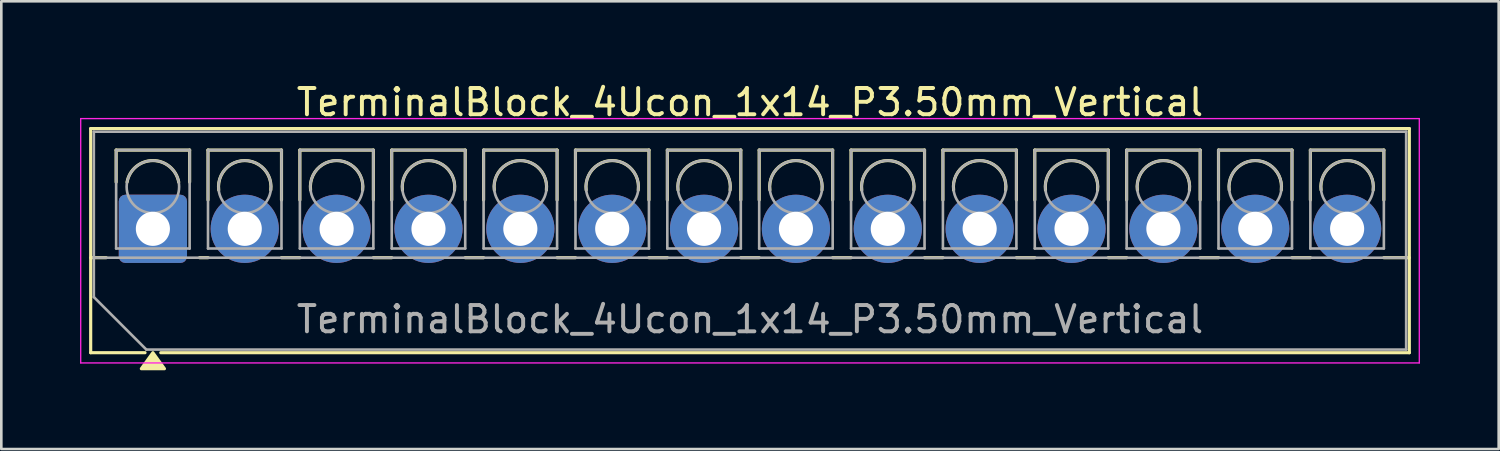
<source format=kicad_pcb>
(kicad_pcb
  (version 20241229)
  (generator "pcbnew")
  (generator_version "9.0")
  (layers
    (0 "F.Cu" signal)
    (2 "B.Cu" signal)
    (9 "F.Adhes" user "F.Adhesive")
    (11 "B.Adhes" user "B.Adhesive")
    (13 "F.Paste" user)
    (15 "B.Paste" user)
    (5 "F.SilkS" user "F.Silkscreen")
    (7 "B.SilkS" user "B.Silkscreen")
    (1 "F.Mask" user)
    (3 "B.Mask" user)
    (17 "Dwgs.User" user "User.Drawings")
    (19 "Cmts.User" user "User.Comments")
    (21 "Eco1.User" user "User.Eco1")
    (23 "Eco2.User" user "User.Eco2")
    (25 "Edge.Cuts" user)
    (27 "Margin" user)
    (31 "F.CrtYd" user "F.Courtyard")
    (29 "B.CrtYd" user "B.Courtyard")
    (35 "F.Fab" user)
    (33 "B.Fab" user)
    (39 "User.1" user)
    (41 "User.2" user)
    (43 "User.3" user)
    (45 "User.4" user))
  (footprint "TerminalBlock_4Ucon_1x14_P3.50mm_Vertical"
    (layer "F.Cu")
    (at 2.775 5.668)
    (property "Reference" "TerminalBlock_4Ucon_1x14_P3.50mm_Vertical" (at 22.75 -4.82 0) (layer "F.SilkS") (effects (font (size 1 1) (thickness 0.15))))
    (attr through_hole)
    (fp_line (start -2.37 -3.82) (end -2.37 4.72) (stroke (width 0.12) (type solid)) (layer "F.SilkS"))
    (fp_line (start -2.37 -3.82) (end 47.87 -3.82) (stroke (width 0.12) (type solid)) (layer "F.SilkS"))
    (fp_line (start -2.37 1.1) (end -1.78 1.1) (stroke (width 0.12) (type solid)) (layer "F.SilkS"))
    (fp_line (start -2.37 4.72) (end -0.3 4.72) (stroke (width 0.12) (type solid)) (layer "F.SilkS"))
    (fp_line (start -1.4 -3) (end -1.4 -1.78) (stroke (width 0.12) (type solid)) (layer "F.SilkS"))
    (fp_line (start -1.4 -3) (end 1.4 -3) (stroke (width 0.12) (type solid)) (layer "F.SilkS"))
    (fp_line (start 0.3 4.72) (end 47.87 4.72) (stroke (width 0.12) (type solid)) (layer "F.SilkS"))
    (fp_line (start 1.4 -3) (end 1.4 -1.78) (stroke (width 0.12) (type solid)) (layer "F.SilkS"))
    (fp_line (start 1.78 1.1) (end 2.101 1.1) (stroke (width 0.12) (type solid)) (layer "F.SilkS"))
    (fp_line (start 2.1 -3) (end 2.1 -1.099) (stroke (width 0.12) (type solid)) (layer "F.SilkS"))
    (fp_line (start 2.1 -3) (end 4.9 -3) (stroke (width 0.12) (type solid)) (layer "F.SilkS"))
    (fp_line (start 4.899 1.1) (end 5.601 1.1) (stroke (width 0.12) (type solid)) (layer "F.SilkS"))
    (fp_line (start 4.9 -3) (end 4.9 -1.099) (stroke (width 0.12) (type solid)) (layer "F.SilkS"))
    (fp_line (start 5.6 -3) (end 5.6 -1.099) (stroke (width 0.12) (type solid)) (layer "F.SilkS"))
    (fp_line (start 5.6 -3) (end 8.4 -3) (stroke (width 0.12) (type solid)) (layer "F.SilkS"))
    (fp_line (start 8.399 1.1) (end 9.101 1.1) (stroke (width 0.12) (type solid)) (layer "F.SilkS"))
    (fp_line (start 8.4 -3) (end 8.4 -1.099) (stroke (width 0.12) (type solid)) (layer "F.SilkS"))
    (fp_line (start 9.1 -3) (end 9.1 -1.099) (stroke (width 0.12) (type solid)) (layer "F.SilkS"))
    (fp_line (start 9.1 -3) (end 11.9 -3) (stroke (width 0.12) (type solid)) (layer "F.SilkS"))
    (fp_line (start 11.899 1.1) (end 12.601 1.1) (stroke (width 0.12) (type solid)) (layer "F.SilkS"))
    (fp_line (start 11.9 -3) (end 11.9 -1.099) (stroke (width 0.12) (type solid)) (layer "F.SilkS"))
    (fp_line (start 12.6 -3) (end 12.6 -1.099) (stroke (width 0.12) (type solid)) (layer "F.SilkS"))
    (fp_line (start 12.6 -3) (end 15.4 -3) (stroke (width 0.12) (type solid)) (layer "F.SilkS"))
    (fp_line (start 15.399 1.1) (end 16.101 1.1) (stroke (width 0.12) (type solid)) (layer "F.SilkS"))
    (fp_line (start 15.4 -3) (end 15.4 -1.099) (stroke (width 0.12) (type solid)) (layer "F.SilkS"))
    (fp_line (start 16.1 -3) (end 16.1 -1.099) (stroke (width 0.12) (type solid)) (layer "F.SilkS"))
    (fp_line (start 16.1 -3) (end 18.9 -3) (stroke (width 0.12) (type solid)) (layer "F.SilkS"))
    (fp_line (start 18.899 1.1) (end 19.601 1.1) (stroke (width 0.12) (type solid)) (layer "F.SilkS"))
    (fp_line (start 18.9 -3) (end 18.9 -1.099) (stroke (width 0.12) (type solid)) (layer "F.SilkS"))
    (fp_line (start 19.6 -3) (end 19.6 -1.099) (stroke (width 0.12) (type solid)) (layer "F.SilkS"))
    (fp_line (start 19.6 -3) (end 22.4 -3) (stroke (width 0.12) (type solid)) (layer "F.SilkS"))
    (fp_line (start 22.399 1.1) (end 23.101 1.1) (stroke (width 0.12) (type solid)) (layer "F.SilkS"))
    (fp_line (start 22.4 -3) (end 22.4 -1.099) (stroke (width 0.12) (type solid)) (layer "F.SilkS"))
    (fp_line (start 23.1 -3) (end 23.1 -1.099) (stroke (width 0.12) (type solid)) (layer "F.SilkS"))
    (fp_line (start 23.1 -3) (end 25.9 -3) (stroke (width 0.12) (type solid)) (layer "F.SilkS"))
    (fp_line (start 25.899 1.1) (end 26.601 1.1) (stroke (width 0.12) (type solid)) (layer "F.SilkS"))
    (fp_line (start 25.9 -3) (end 25.9 -1.099) (stroke (width 0.12) (type solid)) (layer "F.SilkS"))
    (fp_line (start 26.6 -3) (end 26.6 -1.099) (stroke (width 0.12) (type solid)) (layer "F.SilkS"))
    (fp_line (start 26.6 -3) (end 29.4 -3) (stroke (width 0.12) (type solid)) (layer "F.SilkS"))
    (fp_line (start 29.399 1.1) (end 30.101 1.1) (stroke (width 0.12) (type solid)) (layer "F.SilkS"))
    (fp_line (start 29.4 -3) (end 29.4 -1.099) (stroke (width 0.12) (type solid)) (layer "F.SilkS"))
    (fp_line (start 30.1 -3) (end 30.1 -1.099) (stroke (width 0.12) (type solid)) (layer "F.SilkS"))
    (fp_line (start 30.1 -3) (end 32.9 -3) (stroke (width 0.12) (type solid)) (layer "F.SilkS"))
    (fp_line (start 32.899 1.1) (end 33.601 1.1) (stroke (width 0.12) (type solid)) (layer "F.SilkS"))
    (fp_line (start 32.9 -3) (end 32.9 -1.099) (stroke (width 0.12) (type solid)) (layer "F.SilkS"))
    (fp_line (start 33.6 -3) (end 33.6 -1.099) (stroke (width 0.12) (type solid)) (layer "F.SilkS"))
    (fp_line (start 33.6 -3) (end 36.4 -3) (stroke (width 0.12) (type solid)) (layer "F.SilkS"))
    (fp_line (start 36.399 1.1) (end 37.101 1.1) (stroke (width 0.12) (type solid)) (layer "F.SilkS"))
    (fp_line (start 36.4 -3) (end 36.4 -1.099) (stroke (width 0.12) (type solid)) (layer "F.SilkS"))
    (fp_line (start 37.1 -3) (end 37.1 -1.099) (stroke (width 0.12) (type solid)) (layer "F.SilkS"))
    (fp_line (start 37.1 -3) (end 39.9 -3) (stroke (width 0.12) (type solid)) (layer "F.SilkS"))
    (fp_line (start 39.899 1.1) (end 40.601 1.1) (stroke (width 0.12) (type solid)) (layer "F.SilkS"))
    (fp_line (start 39.9 -3) (end 39.9 -1.099) (stroke (width 0.12) (type solid)) (layer "F.SilkS"))
    (fp_line (start 40.6 -3) (end 40.6 -1.099) (stroke (width 0.12) (type solid)) (layer "F.SilkS"))
    (fp_line (start 40.6 -3) (end 43.4 -3) (stroke (width 0.12) (type solid)) (layer "F.SilkS"))
    (fp_line (start 43.399 1.1) (end 44.101 1.1) (stroke (width 0.12) (type solid)) (layer "F.SilkS"))
    (fp_line (start 43.4 -3) (end 43.4 -1.099) (stroke (width 0.12) (type solid)) (layer "F.SilkS"))
    (fp_line (start 44.1 -3) (end 44.1 -1.099) (stroke (width 0.12) (type solid)) (layer "F.SilkS"))
    (fp_line (start 44.1 -3) (end 46.9 -3) (stroke (width 0.12) (type solid)) (layer "F.SilkS"))
    (fp_line (start 46.899 1.1) (end 47.87 1.1) (stroke (width 0.12) (type solid)) (layer "F.SilkS"))
    (fp_line (start 46.9 -3) (end 46.9 -1.099) (stroke (width 0.12) (type solid)) (layer "F.SilkS"))
    (fp_line (start 47.87 -3.82) (end 47.87 4.72) (stroke (width 0.12) (type solid)) (layer "F.SilkS"))
    (fp_arc (start -0.984 -1.78) (mid -0.00006 -2.600328) (end 0.983978 -1.780118) (stroke (width 0.12) (type solid)) (layer "F.SilkS"))
    (fp_arc (start 2.508 -1.478) (mid 3.500313 -2.599474) (end 4.491923 -1.477379) (stroke (width 0.12) (type solid)) (layer "F.SilkS"))
    (fp_arc (start 6.008 -1.478) (mid 7.000313 -2.599474) (end 7.991923 -1.477379) (stroke (width 0.12) (type solid)) (layer "F.SilkS"))
    (fp_arc (start 9.508 -1.478) (mid 10.500313 -2.599474) (end 11.491923 -1.477379) (stroke (width 0.12) (type solid)) (layer "F.SilkS"))
    (fp_arc (start 13.008 -1.478) (mid 14.000313 -2.599474) (end 14.991923 -1.477379) (stroke (width 0.12) (type solid)) (layer "F.SilkS"))
    (fp_arc (start 16.508 -1.478) (mid 17.500313 -2.599474) (end 18.491923 -1.477379) (stroke (width 0.12) (type solid)) (layer "F.SilkS"))
    (fp_arc (start 20.008 -1.478) (mid 21.000313 -2.599474) (end 21.991923 -1.477379) (stroke (width 0.12) (type solid)) (layer "F.SilkS"))
    (fp_arc (start 23.508 -1.478) (mid 24.500313 -2.599474) (end 25.491923 -1.477379) (stroke (width 0.12) (type solid)) (layer "F.SilkS"))
    (fp_arc (start 27.008 -1.478) (mid 28.000313 -2.599474) (end 28.991923 -1.477379) (stroke (width 0.12) (type solid)) (layer "F.SilkS"))
    (fp_arc (start 30.508 -1.478) (mid 31.500313 -2.599474) (end 32.491923 -1.477379) (stroke (width 0.12) (type solid)) (layer "F.SilkS"))
    (fp_arc (start 34.008 -1.478) (mid 35.000313 -2.599474) (end 35.991923 -1.477379) (stroke (width 0.12) (type solid)) (layer "F.SilkS"))
    (fp_arc (start 37.508 -1.478) (mid 38.500313 -2.599474) (end 39.491923 -1.477379) (stroke (width 0.12) (type solid)) (layer "F.SilkS"))
    (fp_arc (start 41.008 -1.478) (mid 42.000313 -2.599474) (end 42.991923 -1.477379) (stroke (width 0.12) (type solid)) (layer "F.SilkS"))
    (fp_arc (start 44.508 -1.478) (mid 45.500313 -2.599474) (end 46.491923 -1.477379) (stroke (width 0.12) (type solid)) (layer "F.SilkS"))
    (fp_poly (pts (xy 0 4.72) (xy 0.44 5.33) (xy -0.44 5.33)) (stroke (width 0.12) (type solid)) (fill yes) (layer "F.SilkS"))
    (fp_line (start -2.75 -4.2) (end -2.75 5.11) (stroke (width 0.05) (type solid)) (layer "F.CrtYd"))
    (fp_line (start -2.75 5.11) (end 48.25 5.11) (stroke (width 0.05) (type solid)) (layer "F.CrtYd"))
    (fp_line (start 48.25 -4.2) (end -2.75 -4.2) (stroke (width 0.05) (type solid)) (layer "F.CrtYd"))
    (fp_line (start 48.25 5.11) (end 48.25 -4.2) (stroke (width 0.05) (type solid)) (layer "F.CrtYd"))
    (fp_line (start -2.25 -3.7) (end 47.75 -3.7) (stroke (width 0.1) (type solid)) (layer "F.Fab"))
    (fp_line (start -2.25 1.1) (end 47.75 1.1) (stroke (width 0.1) (type solid)) (layer "F.Fab"))
    (fp_line (start -2.25 2.6) (end -2.25 -3.7) (stroke (width 0.1) (type solid)) (layer "F.Fab"))
    (fp_line (start -1.4 -3) (end -1.4 0.75) (stroke (width 0.1) (type solid)) (layer "F.Fab"))
    (fp_line (start -1.4 0.75) (end 1.4 0.75) (stroke (width 0.1) (type solid)) (layer "F.Fab"))
    (fp_line (start -0.25 4.6) (end -2.25 2.6) (stroke (width 0.1) (type solid)) (layer "F.Fab"))
    (fp_line (start 1.4 -3) (end -1.4 -3) (stroke (width 0.1) (type solid)) (layer "F.Fab"))
    (fp_line (start 1.4 0.75) (end 1.4 -3) (stroke (width 0.1) (type solid)) (layer "F.Fab"))
    (fp_line (start 2.1 -3) (end 2.1 0.75) (stroke (width 0.1) (type solid)) (layer "F.Fab"))
    (fp_line (start 2.1 0.75) (end 4.9 0.75) (stroke (width 0.1) (type solid)) (layer "F.Fab"))
    (fp_line (start 4.9 -3) (end 2.1 -3) (stroke (width 0.1) (type solid)) (layer "F.Fab"))
    (fp_line (start 4.9 0.75) (end 4.9 -3) (stroke (width 0.1) (type solid)) (layer "F.Fab"))
    (fp_line (start 5.6 -3) (end 5.6 0.75) (stroke (width 0.1) (type solid)) (layer "F.Fab"))
    (fp_line (start 5.6 0.75) (end 8.4 0.75) (stroke (width 0.1) (type solid)) (layer "F.Fab"))
    (fp_line (start 8.4 -3) (end 5.6 -3) (stroke (width 0.1) (type solid)) (layer "F.Fab"))
    (fp_line (start 8.4 0.75) (end 8.4 -3) (stroke (width 0.1) (type solid)) (layer "F.Fab"))
    (fp_line (start 9.1 -3) (end 9.1 0.75) (stroke (width 0.1) (type solid)) (layer "F.Fab"))
    (fp_line (start 9.1 0.75) (end 11.9 0.75) (stroke (width 0.1) (type solid)) (layer "F.Fab"))
    (fp_line (start 11.9 -3) (end 9.1 -3) (stroke (width 0.1) (type solid)) (layer "F.Fab"))
    (fp_line (start 11.9 0.75) (end 11.9 -3) (stroke (width 0.1) (type solid)) (layer "F.Fab"))
    (fp_line (start 12.6 -3) (end 12.6 0.75) (stroke (width 0.1) (type solid)) (layer "F.Fab"))
    (fp_line (start 12.6 0.75) (end 15.4 0.75) (stroke (width 0.1) (type solid)) (layer "F.Fab"))
    (fp_line (start 15.4 -3) (end 12.6 -3) (stroke (width 0.1) (type solid)) (layer "F.Fab"))
    (fp_line (start 15.4 0.75) (end 15.4 -3) (stroke (width 0.1) (type solid)) (layer "F.Fab"))
    (fp_line (start 16.101 -3) (end 16.101 0.75) (stroke (width 0.1) (type solid)) (layer "F.Fab"))
    (fp_line (start 16.101 0.75) (end 18.9 0.75) (stroke (width 0.1) (type solid)) (layer "F.Fab"))
    (fp_line (start 18.9 -3) (end 16.101 -3) (stroke (width 0.1) (type solid)) (layer "F.Fab"))
    (fp_line (start 18.9 0.75) (end 18.9 -3) (stroke (width 0.1) (type solid)) (layer "F.Fab"))
    (fp_line (start 19.6 -3) (end 19.6 0.75) (stroke (width 0.1) (type solid)) (layer "F.Fab"))
    (fp_line (start 19.6 0.75) (end 22.4 0.75) (stroke (width 0.1) (type solid)) (layer "F.Fab"))
    (fp_line (start 22.4 -3) (end 19.6 -3) (stroke (width 0.1) (type solid)) (layer "F.Fab"))
    (fp_line (start 22.4 0.75) (end 22.4 -3) (stroke (width 0.1) (type solid)) (layer "F.Fab"))
    (fp_line (start 23.1 -3) (end 23.1 0.75) (stroke (width 0.1) (type solid)) (layer "F.Fab"))
    (fp_line (start 23.1 0.75) (end 25.9 0.75) (stroke (width 0.1) (type solid)) (layer "F.Fab"))
    (fp_line (start 25.9 -3) (end 23.1 -3) (stroke (width 0.1) (type solid)) (layer "F.Fab"))
    (fp_line (start 25.9 0.75) (end 25.9 -3) (stroke (width 0.1) (type solid)) (layer "F.Fab"))
    (fp_line (start 26.6 -3) (end 26.6 0.75) (stroke (width 0.1) (type solid)) (layer "F.Fab"))
    (fp_line (start 26.6 0.75) (end 29.4 0.75) (stroke (width 0.1) (type solid)) (layer "F.Fab"))
    (fp_line (start 29.4 -3) (end 26.6 -3) (stroke (width 0.1) (type solid)) (layer "F.Fab"))
    (fp_line (start 29.4 0.75) (end 29.4 -3) (stroke (width 0.1) (type solid)) (layer "F.Fab"))
    (fp_line (start 30.1 -3) (end 30.1 0.75) (stroke (width 0.1) (type solid)) (layer "F.Fab"))
    (fp_line (start 30.1 0.75) (end 32.9 0.75) (stroke (width 0.1) (type solid)) (layer "F.Fab"))
    (fp_line (start 32.9 -3) (end 30.1 -3) (stroke (width 0.1) (type solid)) (layer "F.Fab"))
    (fp_line (start 32.9 0.75) (end 32.9 -3) (stroke (width 0.1) (type solid)) (layer "F.Fab"))
    (fp_line (start 33.6 -3) (end 33.6 0.75) (stroke (width 0.1) (type solid)) (layer "F.Fab"))
    (fp_line (start 33.6 0.75) (end 36.4 0.75) (stroke (width 0.1) (type solid)) (layer "F.Fab"))
    (fp_line (start 36.4 -3) (end 33.6 -3) (stroke (width 0.1) (type solid)) (layer "F.Fab"))
    (fp_line (start 36.4 0.75) (end 36.4 -3) (stroke (width 0.1) (type solid)) (layer "F.Fab"))
    (fp_line (start 37.1 -3) (end 37.1 0.75) (stroke (width 0.1) (type solid)) (layer "F.Fab"))
    (fp_line (start 37.1 0.75) (end 39.9 0.75) (stroke (width 0.1) (type solid)) (layer "F.Fab"))
    (fp_line (start 39.9 -3) (end 37.1 -3) (stroke (width 0.1) (type solid)) (layer "F.Fab"))
    (fp_line (start 39.9 0.75) (end 39.9 -3) (stroke (width 0.1) (type solid)) (layer "F.Fab"))
    (fp_line (start 40.6 -3) (end 40.6 0.75) (stroke (width 0.1) (type solid)) (layer "F.Fab"))
    (fp_line (start 40.6 0.75) (end 43.4 0.75) (stroke (width 0.1) (type solid)) (layer "F.Fab"))
    (fp_line (start 43.4 -3) (end 40.6 -3) (stroke (width 0.1) (type solid)) (layer "F.Fab"))
    (fp_line (start 43.4 0.75) (end 43.4 -3) (stroke (width 0.1) (type solid)) (layer "F.Fab"))
    (fp_line (start 44.1 -3) (end 44.1 0.75) (stroke (width 0.1) (type solid)) (layer "F.Fab"))
    (fp_line (start 44.1 0.75) (end 46.9 0.75) (stroke (width 0.1) (type solid)) (layer "F.Fab"))
    (fp_line (start 46.9 -3) (end 44.1 -3) (stroke (width 0.1) (type solid)) (layer "F.Fab"))
    (fp_line (start 46.9 0.75) (end 46.9 -3) (stroke (width 0.1) (type solid)) (layer "F.Fab"))
    (fp_line (start 47.75 -3.7) (end 47.75 4.6) (stroke (width 0.1) (type solid)) (layer "F.Fab"))
    (fp_line (start 47.75 4.6) (end -0.25 4.6) (stroke (width 0.1) (type solid)) (layer "F.Fab"))
    (fp_circle (center 0 -1.6) (end 1 -1.6) (stroke (width 0.1) (type solid)) (fill no) (layer "F.Fab"))
    (fp_circle (center 3.5 -1.6) (end 4.5 -1.6) (stroke (width 0.1) (type solid)) (fill no) (layer "F.Fab"))
    (fp_circle (center 7 -1.6) (end 8 -1.6) (stroke (width 0.1) (type solid)) (fill no) (layer "F.Fab"))
    (fp_circle (center 10.5 -1.6) (end 11.5 -1.6) (stroke (width 0.1) (type solid)) (fill no) (layer "F.Fab"))
    (fp_circle (center 14 -1.6) (end 15 -1.6) (stroke (width 0.1) (type solid)) (fill no) (layer "F.Fab"))
    (fp_circle (center 17.5 -1.6) (end 18.5 -1.6) (stroke (width 0.1) (type solid)) (fill no) (layer "F.Fab"))
    (fp_circle (center 21 -1.6) (end 22 -1.6) (stroke (width 0.1) (type solid)) (fill no) (layer "F.Fab"))
    (fp_circle (center 24.5 -1.6) (end 25.5 -1.6) (stroke (width 0.1) (type solid)) (fill no) (layer "F.Fab"))
    (fp_circle (center 28 -1.6) (end 29 -1.6) (stroke (width 0.1) (type solid)) (fill no) (layer "F.Fab"))
    (fp_circle (center 31.5 -1.6) (end 32.5 -1.6) (stroke (width 0.1) (type solid)) (fill no) (layer "F.Fab"))
    (fp_circle (center 35 -1.6) (end 36 -1.6) (stroke (width 0.1) (type solid)) (fill no) (layer "F.Fab"))
    (fp_circle (center 38.5 -1.6) (end 39.5 -1.6) (stroke (width 0.1) (type solid)) (fill no) (layer "F.Fab"))
    (fp_circle (center 42 -1.6) (end 43 -1.6) (stroke (width 0.1) (type solid)) (fill no) (layer "F.Fab"))
    (fp_circle (center 45.5 -1.6) (end 46.5 -1.6) (stroke (width 0.1) (type solid)) (fill no) (layer "F.Fab"))
    (fp_text user "${REFERENCE}" (at 22.75 3.45 0) (layer "F.Fab") (effects (font (size 1 1) (thickness 0.15))))
    (pad "1" thru_hole roundrect (at 0 0) (size 2.6 2.6) (drill 1.3) (layers "*.Cu" "*.Mask") (roundrect_rratio 0.096))
    (pad "2" thru_hole circle (at 3.5 0) (size 2.6 2.6) (drill 1.3) (layers "*.Cu" "*.Mask"))
    (pad "3" thru_hole circle (at 7 0) (size 2.6 2.6) (drill 1.3) (layers "*.Cu" "*.Mask"))
    (pad "4" thru_hole circle (at 10.5 0) (size 2.6 2.6) (drill 1.3) (layers "*.Cu" "*.Mask"))
    (pad "5" thru_hole circle (at 14 0) (size 2.6 2.6) (drill 1.3) (layers "*.Cu" "*.Mask"))
    (pad "6" thru_hole circle (at 17.5 0) (size 2.6 2.6) (drill 1.3) (layers "*.Cu" "*.Mask"))
    (pad "7" thru_hole circle (at 21 0) (size 2.6 2.6) (drill 1.3) (layers "*.Cu" "*.Mask"))
    (pad "8" thru_hole circle (at 24.5 0) (size 2.6 2.6) (drill 1.3) (layers "*.Cu" "*.Mask"))
    (pad "9" thru_hole circle (at 28 0) (size 2.6 2.6) (drill 1.3) (layers "*.Cu" "*.Mask"))
    (pad "10" thru_hole circle (at 31.5 0) (size 2.6 2.6) (drill 1.3) (layers "*.Cu" "*.Mask"))
    (pad "11" thru_hole circle (at 35 0) (size 2.6 2.6) (drill 1.3) (layers "*.Cu" "*.Mask"))
    (pad "12" thru_hole circle (at 38.5 0) (size 2.6 2.6) (drill 1.3) (layers "*.Cu" "*.Mask"))
    (pad "13" thru_hole circle (at 42 0) (size 2.6 2.6) (drill 1.3) (layers "*.Cu" "*.Mask"))
    (pad "14" thru_hole circle (at 45.5 0) (size 2.6 2.6) (drill 1.3) (layers "*.Cu" "*.Mask")))
  (gr_rect
    (start -3 -3)
    (end 54.05 14.058)
    (stroke (width 0.1) (type default))
    (fill no)
    (layer "Edge.Cuts")))
</source>
